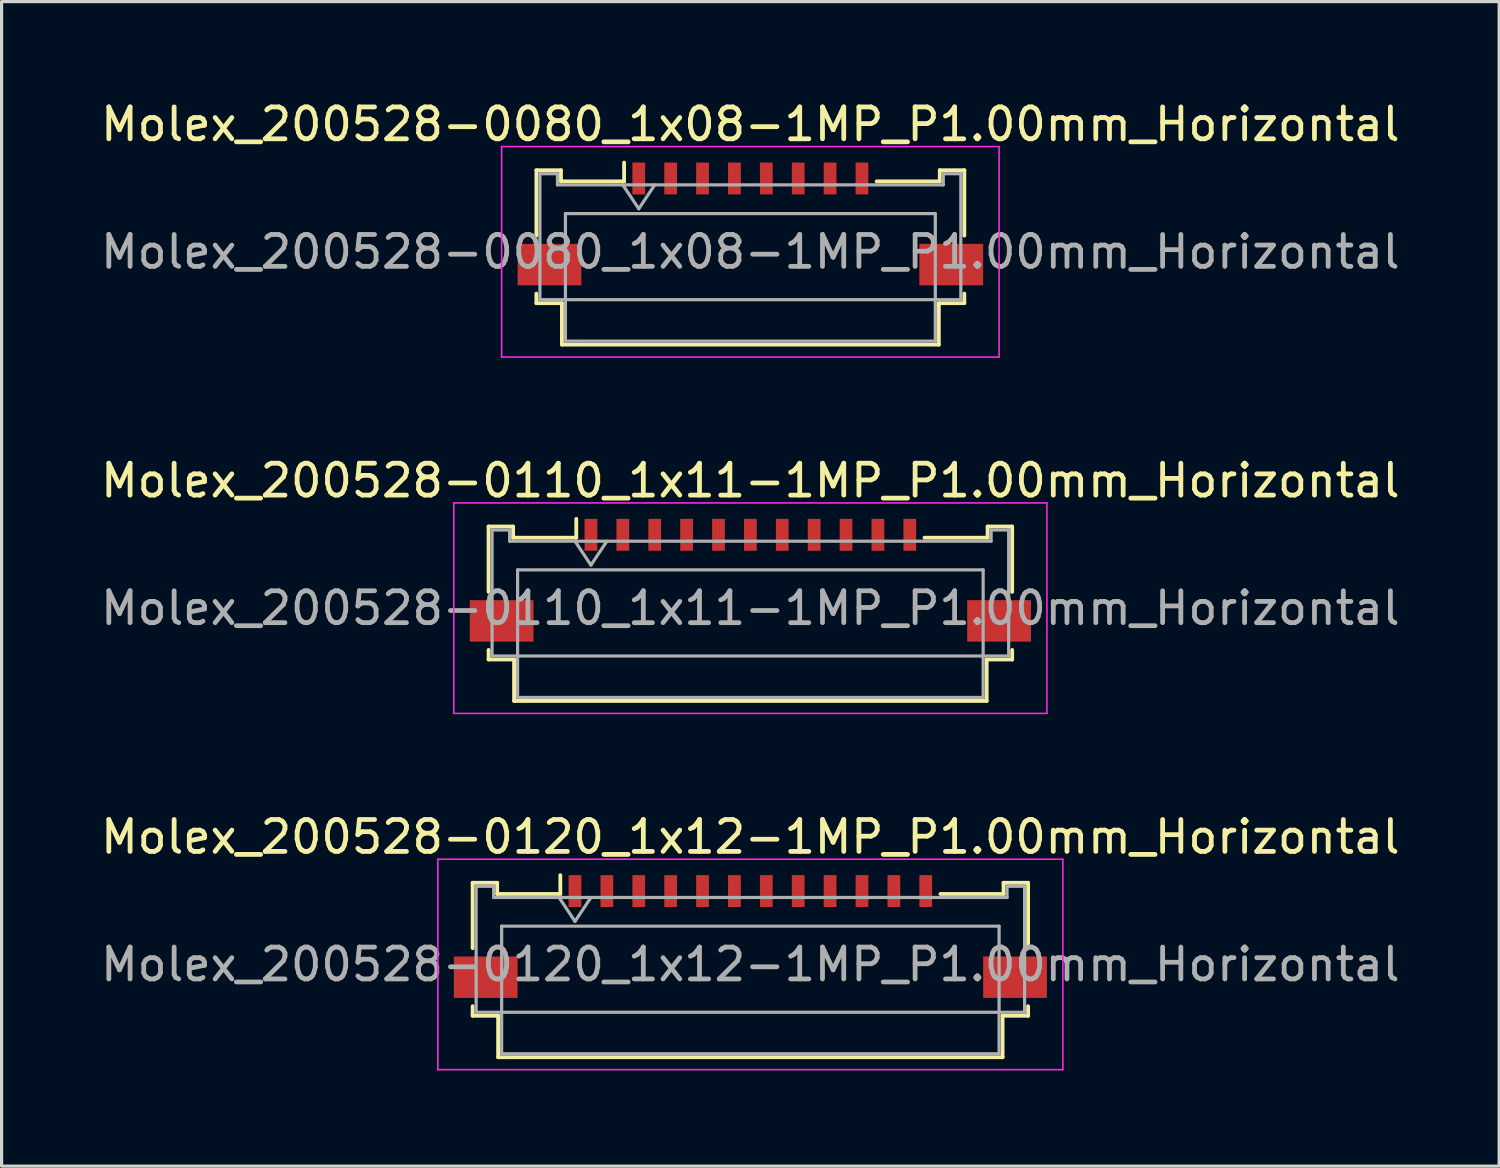
<source format=kicad_pcb>
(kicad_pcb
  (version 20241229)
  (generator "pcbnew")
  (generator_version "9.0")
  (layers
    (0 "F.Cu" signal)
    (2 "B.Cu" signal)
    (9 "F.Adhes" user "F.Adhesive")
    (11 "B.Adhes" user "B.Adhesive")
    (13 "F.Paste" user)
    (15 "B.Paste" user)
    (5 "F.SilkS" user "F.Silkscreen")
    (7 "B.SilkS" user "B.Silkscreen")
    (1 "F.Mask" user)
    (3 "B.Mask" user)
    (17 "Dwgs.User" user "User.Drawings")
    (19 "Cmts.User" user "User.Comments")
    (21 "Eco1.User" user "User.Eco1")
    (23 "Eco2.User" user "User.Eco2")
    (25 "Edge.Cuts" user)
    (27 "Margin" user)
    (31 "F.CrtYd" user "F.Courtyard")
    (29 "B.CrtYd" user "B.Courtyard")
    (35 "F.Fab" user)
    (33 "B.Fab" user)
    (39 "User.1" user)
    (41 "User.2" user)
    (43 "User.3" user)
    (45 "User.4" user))
  (footprint "Molex_200528-0080_1x08-1MP_P1.00mm_Horizontal"
    (layer "F.Cu")
    (at 20.482 3.458)
    (property "Reference" "Molex_200528-0080_1x08-1MP_P1.00mm_Horizontal" (at 0 -2.61 0) (layer "F.SilkS") (effects (font (size 1 1) (thickness 0.15))))
    (attr smd)
    (fp_line (start -6.71 -1.17) (end -6.71 0.88) (stroke (width 0.12) (type solid)) (layer "F.SilkS"))
    (fp_line (start -6.71 2.7) (end -6.71 3) (stroke (width 0.12) (type solid)) (layer "F.SilkS"))
    (fp_line (start -6.71 3) (end -5.91 3) (stroke (width 0.12) (type solid)) (layer "F.SilkS"))
    (fp_line (start -5.94 -1.17) (end -6.71 -1.17) (stroke (width 0.12) (type solid)) (layer "F.SilkS"))
    (fp_line (start -5.94 -0.82) (end -5.94 -1.17) (stroke (width 0.12) (type solid)) (layer "F.SilkS"))
    (fp_line (start -5.91 3) (end -5.91 4.3) (stroke (width 0.12) (type solid)) (layer "F.SilkS"))
    (fp_line (start -5.91 4.3) (end 5.91 4.3) (stroke (width 0.12) (type solid)) (layer "F.SilkS"))
    (fp_line (start -3.96 -1.41) (end -3.96 -0.82) (stroke (width 0.12) (type solid)) (layer "F.SilkS"))
    (fp_line (start -3.96 -0.82) (end -5.94 -0.82) (stroke (width 0.12) (type solid)) (layer "F.SilkS"))
    (fp_line (start 5.91 3) (end 6.71 3) (stroke (width 0.12) (type solid)) (layer "F.SilkS"))
    (fp_line (start 5.91 4.3) (end 5.91 3) (stroke (width 0.12) (type solid)) (layer "F.SilkS"))
    (fp_line (start 5.94 -1.17) (end 5.94 -0.82) (stroke (width 0.12) (type solid)) (layer "F.SilkS"))
    (fp_line (start 5.94 -0.82) (end 3.96 -0.82) (stroke (width 0.12) (type solid)) (layer "F.SilkS"))
    (fp_line (start 6.71 -1.17) (end 5.94 -1.17) (stroke (width 0.12) (type solid)) (layer "F.SilkS"))
    (fp_line (start 6.71 0.88) (end 6.71 -1.17) (stroke (width 0.12) (type solid)) (layer "F.SilkS"))
    (fp_line (start 6.71 3) (end 6.71 2.7) (stroke (width 0.12) (type solid)) (layer "F.SilkS"))
    (fp_line (start -7.8 -1.91) (end -7.8 4.69) (stroke (width 0.05) (type solid)) (layer "F.CrtYd"))
    (fp_line (start -7.8 4.69) (end 7.8 4.69) (stroke (width 0.05) (type solid)) (layer "F.CrtYd"))
    (fp_line (start 7.8 -1.91) (end -7.8 -1.91) (stroke (width 0.05) (type solid)) (layer "F.CrtYd"))
    (fp_line (start 7.8 4.69) (end 7.8 -1.91) (stroke (width 0.05) (type solid)) (layer "F.CrtYd"))
    (fp_line (start -6.6 -1.06) (end -6.6 2.89) (stroke (width 0.1) (type solid)) (layer "F.Fab"))
    (fp_line (start -6.6 2.89) (end 6.6 2.89) (stroke (width 0.1) (type solid)) (layer "F.Fab"))
    (fp_line (start -6.05 -1.06) (end -6.6 -1.06) (stroke (width 0.1) (type solid)) (layer "F.Fab"))
    (fp_line (start -6.05 -0.71) (end -6.05 -1.06) (stroke (width 0.1) (type solid)) (layer "F.Fab"))
    (fp_line (start -5.8 0.19) (end -5.8 4.19) (stroke (width 0.1) (type solid)) (layer "F.Fab"))
    (fp_line (start -5.8 4.19) (end 5.8 4.19) (stroke (width 0.1) (type solid)) (layer "F.Fab"))
    (fp_line (start -4 -0.71) (end -3.5 0.04) (stroke (width 0.1) (type solid)) (layer "F.Fab"))
    (fp_line (start -3.5 0.04) (end -3 -0.71) (stroke (width 0.1) (type solid)) (layer "F.Fab"))
    (fp_line (start 5.8 0.19) (end -5.8 0.19) (stroke (width 0.1) (type solid)) (layer "F.Fab"))
    (fp_line (start 5.8 4.19) (end 5.8 0.19) (stroke (width 0.1) (type solid)) (layer "F.Fab"))
    (fp_line (start 6.05 -1.06) (end 6.05 -0.71) (stroke (width 0.1) (type solid)) (layer "F.Fab"))
    (fp_line (start 6.05 -0.71) (end -6.05 -0.71) (stroke (width 0.1) (type solid)) (layer "F.Fab"))
    (fp_line (start 6.6 -1.06) (end 6.05 -1.06) (stroke (width 0.1) (type solid)) (layer "F.Fab"))
    (fp_line (start 6.6 2.89) (end 6.6 -1.06) (stroke (width 0.1) (type solid)) (layer "F.Fab"))
    (fp_text user "${REFERENCE}" (at 0 1.39 0) (layer "F.Fab") (effects (font (size 1 1) (thickness 0.15))))
    (pad "1" smd rect (at -3.5 -0.91) (size 0.4 1) (layers "F.Cu" "F.Mask" "F.Paste"))
    (pad "2" smd rect (at -2.5 -0.91) (size 0.4 1) (layers "F.Cu" "F.Mask" "F.Paste"))
    (pad "3" smd rect (at -1.5 -0.91) (size 0.4 1) (layers "F.Cu" "F.Mask" "F.Paste"))
    (pad "4" smd rect (at -0.5 -0.91) (size 0.4 1) (layers "F.Cu" "F.Mask" "F.Paste"))
    (pad "5" smd rect (at 0.5 -0.91) (size 0.4 1) (layers "F.Cu" "F.Mask" "F.Paste"))
    (pad "6" smd rect (at 1.5 -0.91) (size 0.4 1) (layers "F.Cu" "F.Mask" "F.Paste"))
    (pad "7" smd rect (at 2.5 -0.91) (size 0.4 1) (layers "F.Cu" "F.Mask" "F.Paste"))
    (pad "8" smd rect (at 3.5 -0.91) (size 0.4 1) (layers "F.Cu" "F.Mask" "F.Paste"))
    (pad "MP" smd rect (at -6.3 1.79) (size 2 1.3) (layers "F.Cu" "F.Mask" "F.Paste"))
    (pad "MP" smd rect (at 6.3 1.79) (size 2 1.3) (layers "F.Cu" "F.Mask" "F.Paste")))
  (footprint "Molex_200528-0120_1x12-1MP_P1.00mm_Horizontal"
    (layer "F.Cu")
    (at 20.482 25.805)
    (property "Reference" "Molex_200528-0120_1x12-1MP_P1.00mm_Horizontal" (at 0 -2.61 0) (layer "F.SilkS") (effects (font (size 1 1) (thickness 0.15))))
    (attr smd)
    (fp_line (start -8.71 -1.17) (end -8.71 0.88) (stroke (width 0.12) (type solid)) (layer "F.SilkS"))
    (fp_line (start -8.71 2.7) (end -8.71 3) (stroke (width 0.12) (type solid)) (layer "F.SilkS"))
    (fp_line (start -8.71 3) (end -7.91 3) (stroke (width 0.12) (type solid)) (layer "F.SilkS"))
    (fp_line (start -7.94 -1.17) (end -8.71 -1.17) (stroke (width 0.12) (type solid)) (layer "F.SilkS"))
    (fp_line (start -7.94 -0.82) (end -7.94 -1.17) (stroke (width 0.12) (type solid)) (layer "F.SilkS"))
    (fp_line (start -7.91 3) (end -7.91 4.3) (stroke (width 0.12) (type solid)) (layer "F.SilkS"))
    (fp_line (start -7.91 4.3) (end 7.91 4.3) (stroke (width 0.12) (type solid)) (layer "F.SilkS"))
    (fp_line (start -5.96 -1.41) (end -5.96 -0.82) (stroke (width 0.12) (type solid)) (layer "F.SilkS"))
    (fp_line (start -5.96 -0.82) (end -7.94 -0.82) (stroke (width 0.12) (type solid)) (layer "F.SilkS"))
    (fp_line (start 7.91 3) (end 8.71 3) (stroke (width 0.12) (type solid)) (layer "F.SilkS"))
    (fp_line (start 7.91 4.3) (end 7.91 3) (stroke (width 0.12) (type solid)) (layer "F.SilkS"))
    (fp_line (start 7.94 -1.17) (end 7.94 -0.82) (stroke (width 0.12) (type solid)) (layer "F.SilkS"))
    (fp_line (start 7.94 -0.82) (end 5.96 -0.82) (stroke (width 0.12) (type solid)) (layer "F.SilkS"))
    (fp_line (start 8.71 -1.17) (end 7.94 -1.17) (stroke (width 0.12) (type solid)) (layer "F.SilkS"))
    (fp_line (start 8.71 0.88) (end 8.71 -1.17) (stroke (width 0.12) (type solid)) (layer "F.SilkS"))
    (fp_line (start 8.71 3) (end 8.71 2.7) (stroke (width 0.12) (type solid)) (layer "F.SilkS"))
    (fp_line (start -9.8 -1.91) (end -9.8 4.69) (stroke (width 0.05) (type solid)) (layer "F.CrtYd"))
    (fp_line (start -9.8 4.69) (end 9.8 4.69) (stroke (width 0.05) (type solid)) (layer "F.CrtYd"))
    (fp_line (start 9.8 -1.91) (end -9.8 -1.91) (stroke (width 0.05) (type solid)) (layer "F.CrtYd"))
    (fp_line (start 9.8 4.69) (end 9.8 -1.91) (stroke (width 0.05) (type solid)) (layer "F.CrtYd"))
    (fp_line (start -8.6 -1.06) (end -8.6 2.89) (stroke (width 0.1) (type solid)) (layer "F.Fab"))
    (fp_line (start -8.6 2.89) (end 8.6 2.89) (stroke (width 0.1) (type solid)) (layer "F.Fab"))
    (fp_line (start -8.05 -1.06) (end -8.6 -1.06) (stroke (width 0.1) (type solid)) (layer "F.Fab"))
    (fp_line (start -8.05 -0.71) (end -8.05 -1.06) (stroke (width 0.1) (type solid)) (layer "F.Fab"))
    (fp_line (start -7.8 0.19) (end -7.8 4.19) (stroke (width 0.1) (type solid)) (layer "F.Fab"))
    (fp_line (start -7.8 4.19) (end 7.8 4.19) (stroke (width 0.1) (type solid)) (layer "F.Fab"))
    (fp_line (start -6 -0.71) (end -5.5 0.04) (stroke (width 0.1) (type solid)) (layer "F.Fab"))
    (fp_line (start -5.5 0.04) (end -5 -0.71) (stroke (width 0.1) (type solid)) (layer "F.Fab"))
    (fp_line (start 7.8 0.19) (end -7.8 0.19) (stroke (width 0.1) (type solid)) (layer "F.Fab"))
    (fp_line (start 7.8 4.19) (end 7.8 0.19) (stroke (width 0.1) (type solid)) (layer "F.Fab"))
    (fp_line (start 8.05 -1.06) (end 8.05 -0.71) (stroke (width 0.1) (type solid)) (layer "F.Fab"))
    (fp_line (start 8.05 -0.71) (end -8.05 -0.71) (stroke (width 0.1) (type solid)) (layer "F.Fab"))
    (fp_line (start 8.6 -1.06) (end 8.05 -1.06) (stroke (width 0.1) (type solid)) (layer "F.Fab"))
    (fp_line (start 8.6 2.89) (end 8.6 -1.06) (stroke (width 0.1) (type solid)) (layer "F.Fab"))
    (fp_text user "${REFERENCE}" (at 0 1.39 0) (layer "F.Fab") (effects (font (size 1 1) (thickness 0.15))))
    (pad "1" smd rect (at -5.5 -0.91) (size 0.4 1) (layers "F.Cu" "F.Mask" "F.Paste"))
    (pad "2" smd rect (at -4.5 -0.91) (size 0.4 1) (layers "F.Cu" "F.Mask" "F.Paste"))
    (pad "3" smd rect (at -3.5 -0.91) (size 0.4 1) (layers "F.Cu" "F.Mask" "F.Paste"))
    (pad "4" smd rect (at -2.5 -0.91) (size 0.4 1) (layers "F.Cu" "F.Mask" "F.Paste"))
    (pad "5" smd rect (at -1.5 -0.91) (size 0.4 1) (layers "F.Cu" "F.Mask" "F.Paste"))
    (pad "6" smd rect (at -0.5 -0.91) (size 0.4 1) (layers "F.Cu" "F.Mask" "F.Paste"))
    (pad "7" smd rect (at 0.5 -0.91) (size 0.4 1) (layers "F.Cu" "F.Mask" "F.Paste"))
    (pad "8" smd rect (at 1.5 -0.91) (size 0.4 1) (layers "F.Cu" "F.Mask" "F.Paste"))
    (pad "9" smd rect (at 2.5 -0.91) (size 0.4 1) (layers "F.Cu" "F.Mask" "F.Paste"))
    (pad "10" smd rect (at 3.5 -0.91) (size 0.4 1) (layers "F.Cu" "F.Mask" "F.Paste"))
    (pad "11" smd rect (at 4.5 -0.91) (size 0.4 1) (layers "F.Cu" "F.Mask" "F.Paste"))
    (pad "12" smd rect (at 5.5 -0.91) (size 0.4 1) (layers "F.Cu" "F.Mask" "F.Paste"))
    (pad "MP" smd rect (at -8.3 1.79) (size 2 1.3) (layers "F.Cu" "F.Mask" "F.Paste"))
    (pad "MP" smd rect (at 8.3 1.79) (size 2 1.3) (layers "F.Cu" "F.Mask" "F.Paste")))
  (footprint "Molex_200528-0110_1x11-1MP_P1.00mm_Horizontal"
    (layer "F.Cu")
    (at 20.482 14.632)
    (property "Reference" "Molex_200528-0110_1x11-1MP_P1.00mm_Horizontal" (at 0 -2.61 0) (layer "F.SilkS") (effects (font (size 1 1) (thickness 0.15))))
    (attr smd)
    (fp_line (start -8.21 -1.17) (end -8.21 0.88) (stroke (width 0.12) (type solid)) (layer "F.SilkS"))
    (fp_line (start -8.21 2.7) (end -8.21 3) (stroke (width 0.12) (type solid)) (layer "F.SilkS"))
    (fp_line (start -8.21 3) (end -7.41 3) (stroke (width 0.12) (type solid)) (layer "F.SilkS"))
    (fp_line (start -7.44 -1.17) (end -8.21 -1.17) (stroke (width 0.12) (type solid)) (layer "F.SilkS"))
    (fp_line (start -7.44 -0.82) (end -7.44 -1.17) (stroke (width 0.12) (type solid)) (layer "F.SilkS"))
    (fp_line (start -7.41 3) (end -7.41 4.3) (stroke (width 0.12) (type solid)) (layer "F.SilkS"))
    (fp_line (start -7.41 4.3) (end 7.41 4.3) (stroke (width 0.12) (type solid)) (layer "F.SilkS"))
    (fp_line (start -5.46 -1.41) (end -5.46 -0.82) (stroke (width 0.12) (type solid)) (layer "F.SilkS"))
    (fp_line (start -5.46 -0.82) (end -7.44 -0.82) (stroke (width 0.12) (type solid)) (layer "F.SilkS"))
    (fp_line (start 7.41 3) (end 8.21 3) (stroke (width 0.12) (type solid)) (layer "F.SilkS"))
    (fp_line (start 7.41 4.3) (end 7.41 3) (stroke (width 0.12) (type solid)) (layer "F.SilkS"))
    (fp_line (start 7.44 -1.17) (end 7.44 -0.82) (stroke (width 0.12) (type solid)) (layer "F.SilkS"))
    (fp_line (start 7.44 -0.82) (end 5.46 -0.82) (stroke (width 0.12) (type solid)) (layer "F.SilkS"))
    (fp_line (start 8.21 -1.17) (end 7.44 -1.17) (stroke (width 0.12) (type solid)) (layer "F.SilkS"))
    (fp_line (start 8.21 0.88) (end 8.21 -1.17) (stroke (width 0.12) (type solid)) (layer "F.SilkS"))
    (fp_line (start 8.21 3) (end 8.21 2.7) (stroke (width 0.12) (type solid)) (layer "F.SilkS"))
    (fp_line (start -9.3 -1.91) (end -9.3 4.69) (stroke (width 0.05) (type solid)) (layer "F.CrtYd"))
    (fp_line (start -9.3 4.69) (end 9.3 4.69) (stroke (width 0.05) (type solid)) (layer "F.CrtYd"))
    (fp_line (start 9.3 -1.91) (end -9.3 -1.91) (stroke (width 0.05) (type solid)) (layer "F.CrtYd"))
    (fp_line (start 9.3 4.69) (end 9.3 -1.91) (stroke (width 0.05) (type solid)) (layer "F.CrtYd"))
    (fp_line (start -8.1 -1.06) (end -8.1 2.89) (stroke (width 0.1) (type solid)) (layer "F.Fab"))
    (fp_line (start -8.1 2.89) (end 8.1 2.89) (stroke (width 0.1) (type solid)) (layer "F.Fab"))
    (fp_line (start -7.55 -1.06) (end -8.1 -1.06) (stroke (width 0.1) (type solid)) (layer "F.Fab"))
    (fp_line (start -7.55 -0.71) (end -7.55 -1.06) (stroke (width 0.1) (type solid)) (layer "F.Fab"))
    (fp_line (start -7.3 0.19) (end -7.3 4.19) (stroke (width 0.1) (type solid)) (layer "F.Fab"))
    (fp_line (start -7.3 4.19) (end 7.3 4.19) (stroke (width 0.1) (type solid)) (layer "F.Fab"))
    (fp_line (start -5.5 -0.71) (end -5 0.04) (stroke (width 0.1) (type solid)) (layer "F.Fab"))
    (fp_line (start -5 0.04) (end -4.5 -0.71) (stroke (width 0.1) (type solid)) (layer "F.Fab"))
    (fp_line (start 7.3 0.19) (end -7.3 0.19) (stroke (width 0.1) (type solid)) (layer "F.Fab"))
    (fp_line (start 7.3 4.19) (end 7.3 0.19) (stroke (width 0.1) (type solid)) (layer "F.Fab"))
    (fp_line (start 7.55 -1.06) (end 7.55 -0.71) (stroke (width 0.1) (type solid)) (layer "F.Fab"))
    (fp_line (start 7.55 -0.71) (end -7.55 -0.71) (stroke (width 0.1) (type solid)) (layer "F.Fab"))
    (fp_line (start 8.1 -1.06) (end 7.55 -1.06) (stroke (width 0.1) (type solid)) (layer "F.Fab"))
    (fp_line (start 8.1 2.89) (end 8.1 -1.06) (stroke (width 0.1) (type solid)) (layer "F.Fab"))
    (fp_text user "${REFERENCE}" (at 0 1.39 0) (layer "F.Fab") (effects (font (size 1 1) (thickness 0.15))))
    (pad "1" smd rect (at -5 -0.91) (size 0.4 1) (layers "F.Cu" "F.Mask" "F.Paste"))
    (pad "2" smd rect (at -4 -0.91) (size 0.4 1) (layers "F.Cu" "F.Mask" "F.Paste"))
    (pad "3" smd rect (at -3 -0.91) (size 0.4 1) (layers "F.Cu" "F.Mask" "F.Paste"))
    (pad "4" smd rect (at -2 -0.91) (size 0.4 1) (layers "F.Cu" "F.Mask" "F.Paste"))
    (pad "5" smd rect (at -1 -0.91) (size 0.4 1) (layers "F.Cu" "F.Mask" "F.Paste"))
    (pad "6" smd rect (at 0 -0.91) (size 0.4 1) (layers "F.Cu" "F.Mask" "F.Paste"))
    (pad "7" smd rect (at 1 -0.91) (size 0.4 1) (layers "F.Cu" "F.Mask" "F.Paste"))
    (pad "8" smd rect (at 2 -0.91) (size 0.4 1) (layers "F.Cu" "F.Mask" "F.Paste"))
    (pad "9" smd rect (at 3 -0.91) (size 0.4 1) (layers "F.Cu" "F.Mask" "F.Paste"))
    (pad "10" smd rect (at 4 -0.91) (size 0.4 1) (layers "F.Cu" "F.Mask" "F.Paste"))
    (pad "11" smd rect (at 5 -0.91) (size 0.4 1) (layers "F.Cu" "F.Mask" "F.Paste"))
    (pad "MP" smd rect (at -7.8 1.79) (size 2 1.3) (layers "F.Cu" "F.Mask" "F.Paste"))
    (pad "MP" smd rect (at 7.8 1.79) (size 2 1.3) (layers "F.Cu" "F.Mask" "F.Paste")))
  (gr_rect
    (start -3 -3)
    (end 43.964 33.52)
    (stroke (width 0.1) (type default))
    (fill no)
    (layer "Edge.Cuts")))
</source>
